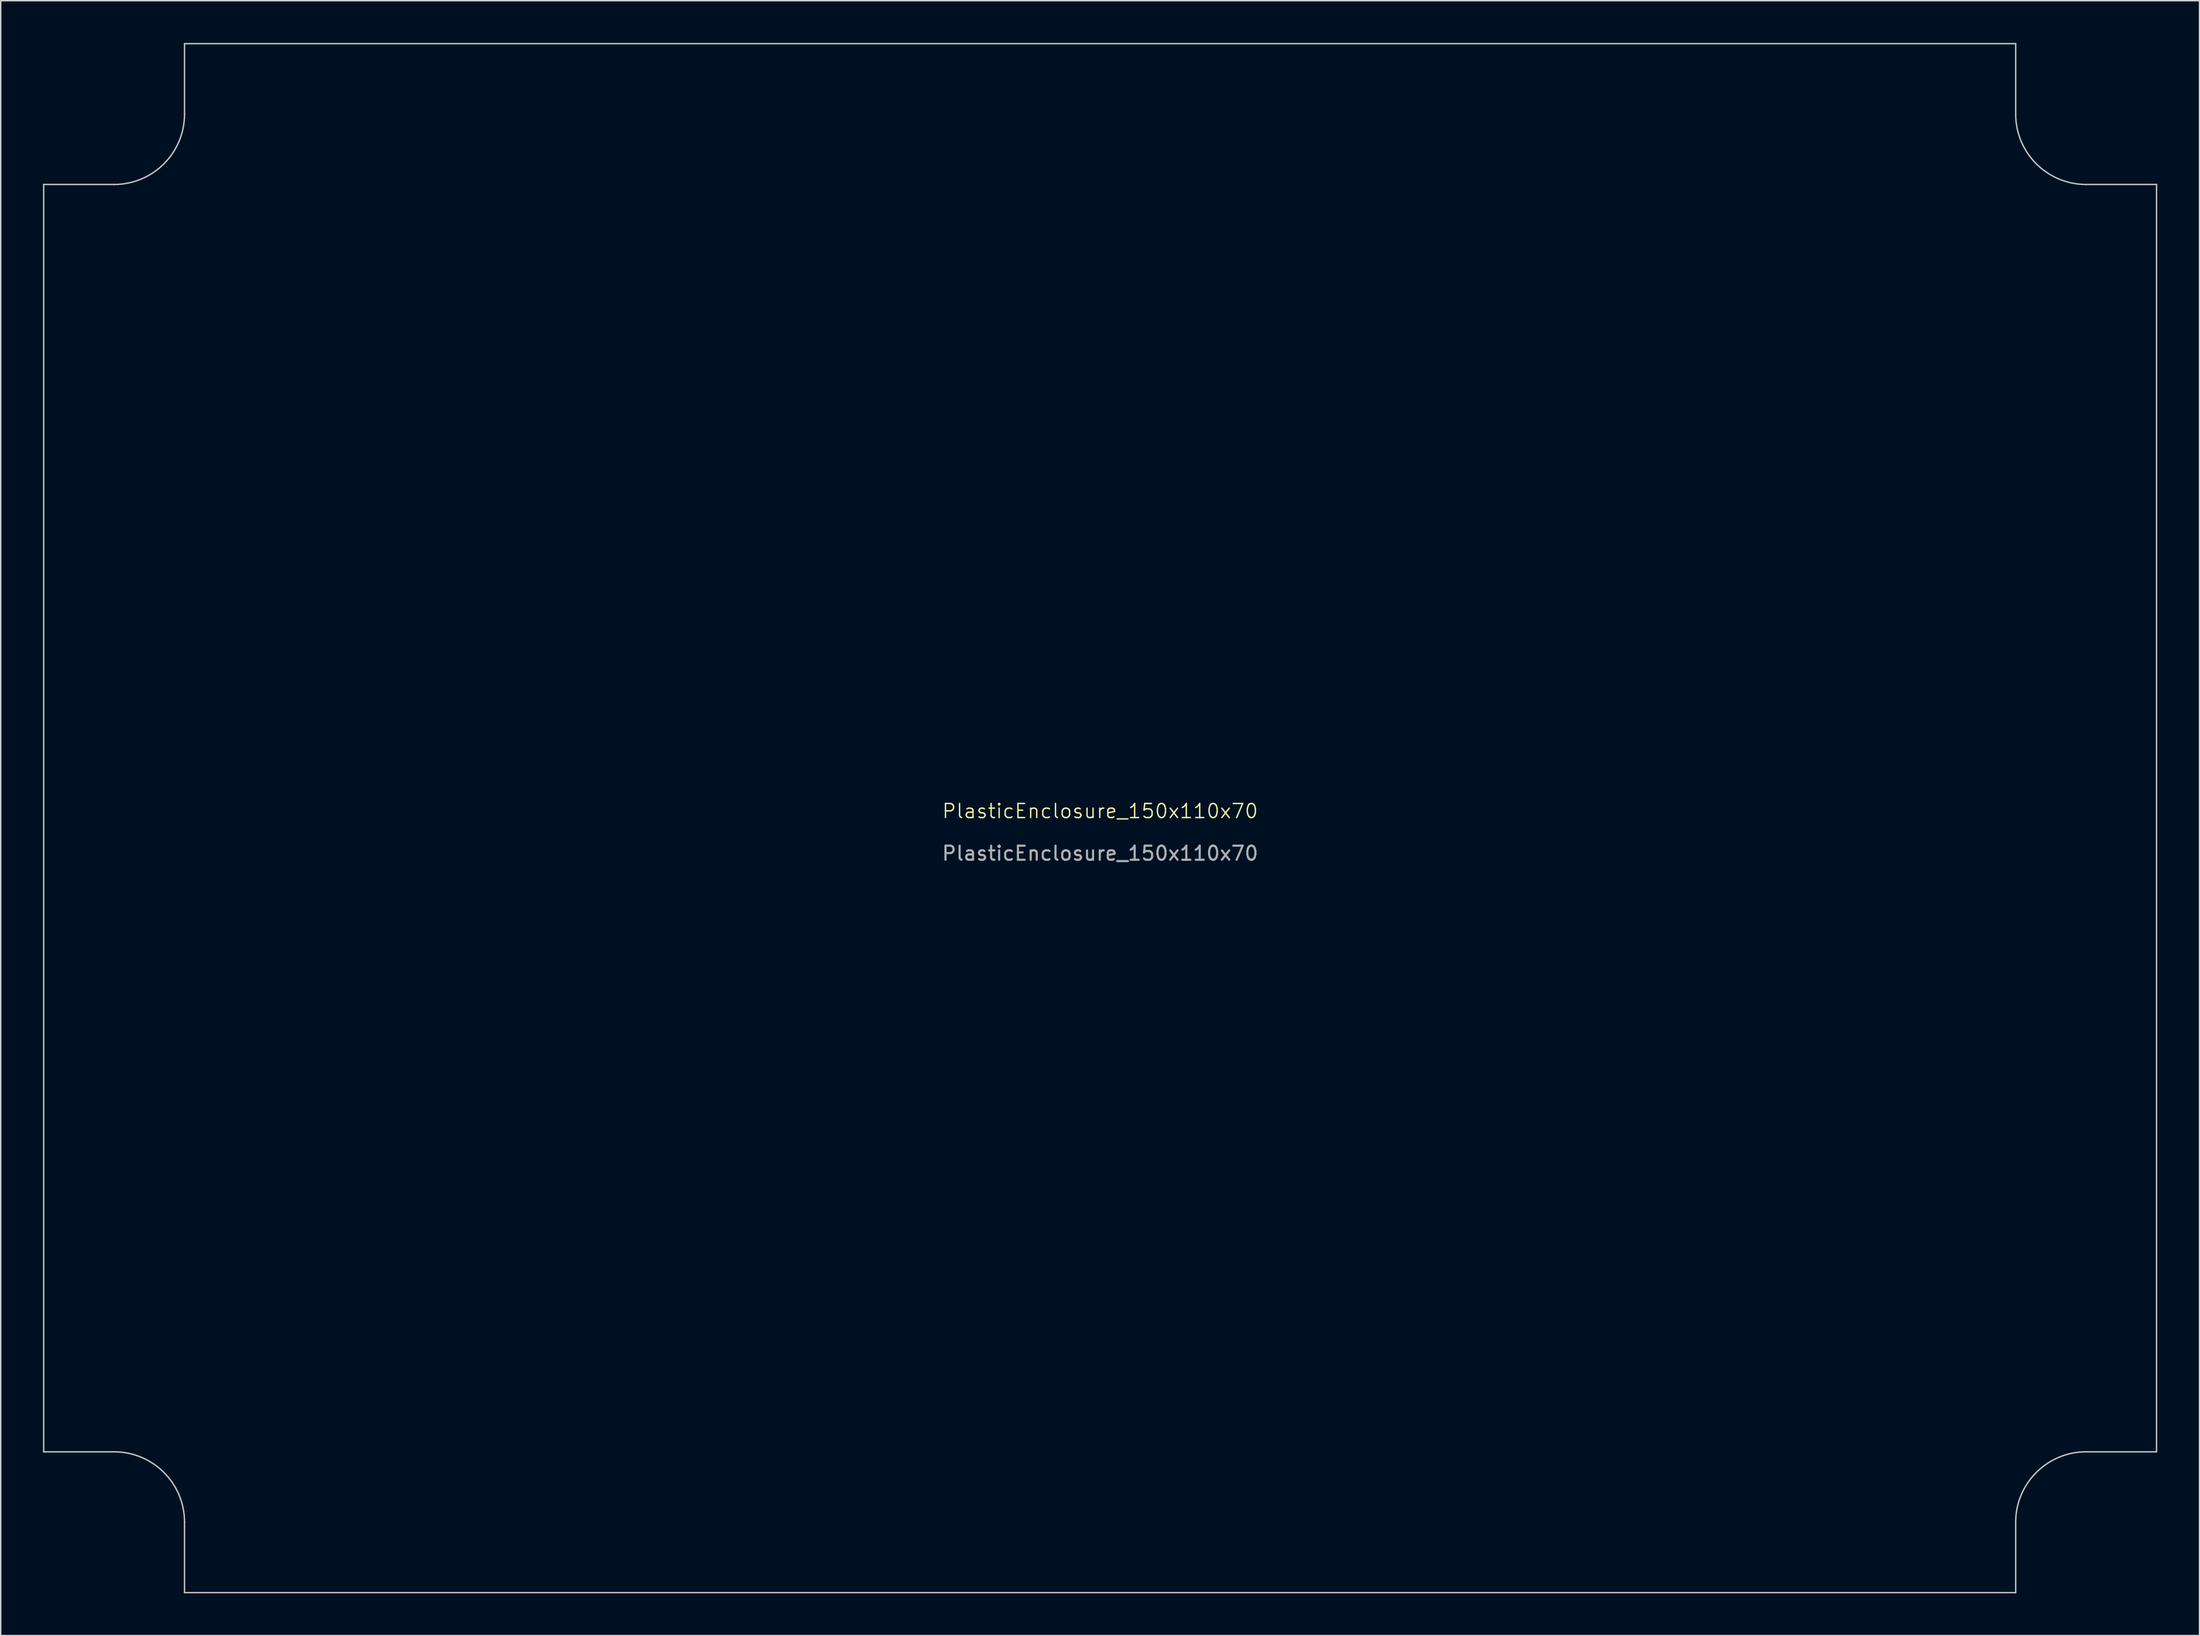
<source format=kicad_pcb>
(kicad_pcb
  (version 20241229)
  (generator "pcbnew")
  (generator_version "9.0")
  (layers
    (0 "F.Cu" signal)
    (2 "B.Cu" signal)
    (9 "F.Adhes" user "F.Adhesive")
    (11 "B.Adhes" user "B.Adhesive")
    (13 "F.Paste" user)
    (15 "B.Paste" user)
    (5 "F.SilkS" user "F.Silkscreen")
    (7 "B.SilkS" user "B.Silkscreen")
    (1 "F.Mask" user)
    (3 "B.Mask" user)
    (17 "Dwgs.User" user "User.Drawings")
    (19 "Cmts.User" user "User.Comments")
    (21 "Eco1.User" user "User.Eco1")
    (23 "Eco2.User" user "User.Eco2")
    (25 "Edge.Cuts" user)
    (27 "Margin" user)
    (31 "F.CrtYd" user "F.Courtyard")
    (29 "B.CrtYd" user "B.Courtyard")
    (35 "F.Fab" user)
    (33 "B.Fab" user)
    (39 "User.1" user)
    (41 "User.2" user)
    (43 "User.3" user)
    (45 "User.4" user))
  (footprint "PlasticEnclosure_150x110x70"
    (layer "F.Cu")
    (at 75.05 55.05)
    (property "Reference" "PlasticEnclosure_150x110x70" (at 0 -0.5 0) (unlocked yes) (layer "F.SilkS") (effects (font (size 1 1) (thickness 0.1))))
    (fp_line (start -75 45) (end -75 -45) (stroke (width 0.1) (type default)) (layer "Dwgs.User"))
    (fp_line (start -75 45) (end -70 45) (stroke (width 0.1) (type default)) (layer "Dwgs.User"))
    (fp_line (start -70 -45) (end -75 -45) (stroke (width 0.1) (type default)) (layer "Dwgs.User"))
    (fp_line (start -65 -55) (end -65 -50) (stroke (width 0.1) (type default)) (layer "Dwgs.User"))
    (fp_line (start -65 -55) (end 65 -55) (stroke (width 0.1) (type default)) (layer "Dwgs.User"))
    (fp_line (start -65 50) (end -65 55) (stroke (width 0.1) (type default)) (layer "Dwgs.User"))
    (fp_line (start 65 -50) (end 65 -55) (stroke (width 0.1) (type default)) (layer "Dwgs.User"))
    (fp_line (start 65 55) (end -65 55) (stroke (width 0.1) (type default)) (layer "Dwgs.User"))
    (fp_line (start 65 55) (end 65 50) (stroke (width 0.1) (type default)) (layer "Dwgs.User"))
    (fp_line (start 70 45) (end 75 45) (stroke (width 0.1) (type default)) (layer "Dwgs.User"))
    (fp_line (start 75 -45) (end 70 -45) (stroke (width 0.1) (type default)) (layer "Dwgs.User"))
    (fp_line (start 75 -45) (end 75 45) (stroke (width 0.1) (type default)) (layer "Dwgs.User"))
    (fp_arc (start -70 45) (mid -66.464466 46.464466) (end -65 50) (stroke (width 0.1) (type default)) (layer "Dwgs.User"))
    (fp_arc (start -65 -50) (mid -66.464466 -46.464466) (end -70 -45) (stroke (width 0.1) (type default)) (layer "Dwgs.User"))
    (fp_arc (start 65 50) (mid 66.464466 46.464466) (end 70 45) (stroke (width 0.1) (type default)) (layer "Dwgs.User"))
    (fp_arc (start 70 -45) (mid 66.464466 -46.464466) (end 65 -50) (stroke (width 0.1) (type default)) (layer "Dwgs.User"))
    (fp_text user "${REFERENCE}" (at 0 2.5 0) (unlocked yes) (layer "F.Fab") (effects (font (size 1 1) (thickness 0.15)))))
  (gr_rect
    (start -3 -3)
    (end 153.1 113.1)
    (stroke (width 0.1) (type default))
    (fill no)
    (layer "Edge.Cuts")))
</source>
